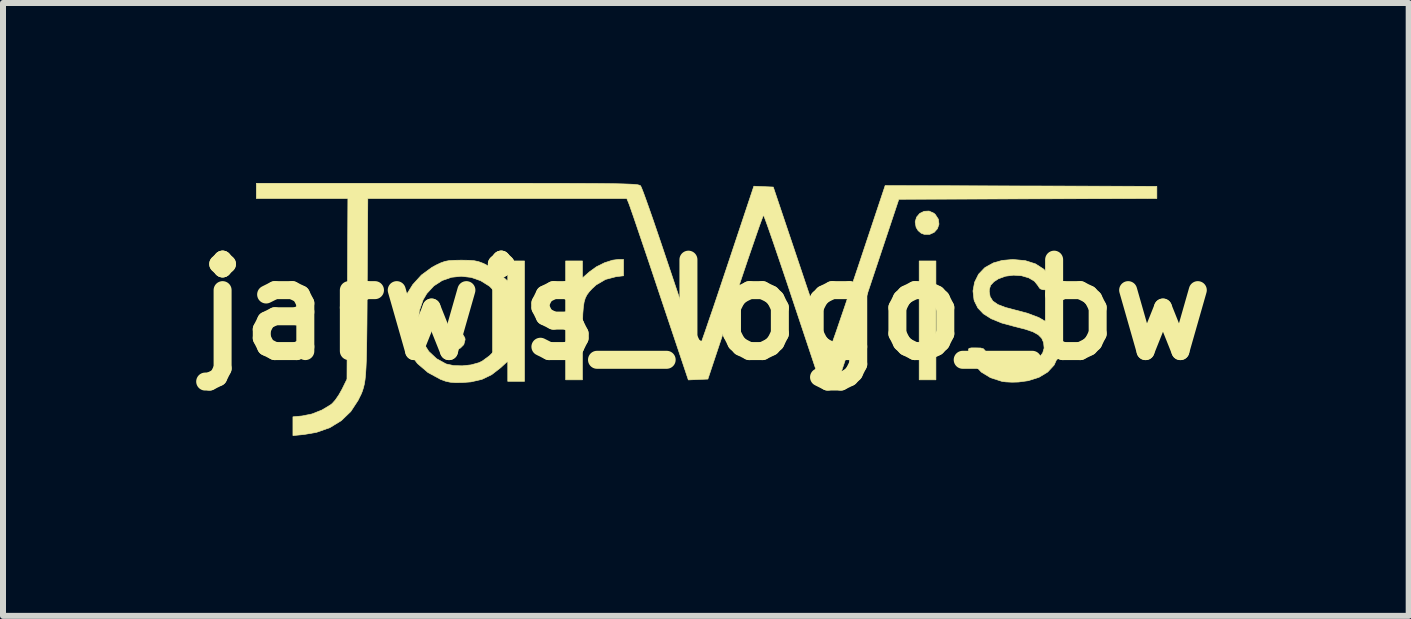
<source format=kicad_pcb>
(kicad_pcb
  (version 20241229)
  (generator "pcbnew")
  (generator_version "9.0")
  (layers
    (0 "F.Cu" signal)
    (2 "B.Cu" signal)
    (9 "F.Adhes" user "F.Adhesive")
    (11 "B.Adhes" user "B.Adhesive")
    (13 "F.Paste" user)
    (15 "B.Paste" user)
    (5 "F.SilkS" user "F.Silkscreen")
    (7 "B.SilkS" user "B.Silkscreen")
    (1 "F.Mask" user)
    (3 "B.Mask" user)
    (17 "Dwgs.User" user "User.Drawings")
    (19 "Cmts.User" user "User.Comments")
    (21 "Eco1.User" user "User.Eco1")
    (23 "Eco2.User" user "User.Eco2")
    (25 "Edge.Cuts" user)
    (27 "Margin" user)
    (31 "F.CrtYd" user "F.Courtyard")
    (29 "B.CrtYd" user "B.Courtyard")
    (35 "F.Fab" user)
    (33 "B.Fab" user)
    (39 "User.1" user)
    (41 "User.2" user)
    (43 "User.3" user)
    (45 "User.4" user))
  (footprint "jarwis_logo_bw"
    (layer "F.Cu")
    (at 8.716 2.113)
    (property "Reference" "jarwis_logo_bw" (at 0 0 0) (layer "F.SilkS") (effects (font (size 1.524 1.524) (thickness 0.3))))
    (attr through_hole)
    (fp_poly (pts (xy 3.835 1.168) (xy 3.556 1.168) (xy 3.556 -0.813) (xy 3.835 -0.813) (xy 3.835 1.168)) (stroke (width 0.01) (type solid)) (fill yes) (layer "F.SilkS"))
    (fp_poly (pts (xy -4.124 0.351) (xy -4.057 0.402) (xy -4.017 0.47) (xy -4.013 0.5) (xy -4.035 0.581) (xy -4.092 0.639) (xy -4.169 0.671) (xy -4.254 0.669) (xy -4.325 0.635) (xy -4.383 0.564) (xy -4.398 0.487) (xy -4.375 0.415) (xy -4.317 0.36) (xy -4.229 0.332) (xy -4.202 0.33) (xy -4.124 0.351)) (stroke (width 0.01) (type solid)) (fill yes) (layer "F.SilkS"))
    (fp_poly (pts (xy 3.802 -1.608) (xy 3.824 -1.589) (xy 3.876 -1.509) (xy 3.886 -1.426) (xy 3.86 -1.35) (xy 3.806 -1.29) (xy 3.731 -1.256) (xy 3.642 -1.256) (xy 3.59 -1.275) (xy 3.539 -1.318) (xy 3.505 -1.373) (xy 3.489 -1.464) (xy 3.513 -1.544) (xy 3.566 -1.606) (xy 3.639 -1.641) (xy 3.721 -1.645) (xy 3.802 -1.608)) (stroke (width 0.01) (type solid)) (fill yes) (layer "F.SilkS"))
    (fp_poly (pts (xy -1.372 -0.566) (xy -1.497 -0.551) (xy -1.673 -0.505) (xy -1.828 -0.414) (xy -1.897 -0.351) (xy -1.944 -0.3) (xy -1.981 -0.25) (xy -2.009 -0.196) (xy -2.029 -0.129) (xy -2.042 -0.043) (xy -2.051 0.068) (xy -2.055 0.212) (xy -2.057 0.395) (xy -2.057 0.545) (xy -2.057 1.168) (xy -2.337 1.168) (xy -2.337 -0.813) (xy -2.057 -0.813) (xy -2.057 -0.529) (xy -1.94 -0.632) (xy -1.824 -0.716) (xy -1.689 -0.783) (xy -1.555 -0.826) (xy -1.46 -0.838) (xy -1.372 -0.838) (xy -1.372 -0.566)) (stroke (width 0.01) (type solid)) (fill yes) (layer "F.SilkS"))
    (fp_poly (pts (xy -3.952 -0.824) (xy -3.861 -0.817) (xy -3.789 -0.802) (xy -3.719 -0.776) (xy -3.679 -0.758) (xy -3.575 -0.7) (xy -3.469 -0.626) (xy -3.418 -0.583) (xy -3.302 -0.476) (xy -3.302 -0.813) (xy -3.023 -0.813) (xy -3.023 1.194) (xy -3.302 1.194) (xy -3.302 0.857) (xy -3.418 0.964) (xy -3.571 1.083) (xy -3.733 1.161) (xy -3.917 1.203) (xy -4.051 1.213) (xy -4.173 1.215) (xy -4.263 1.208) (xy -4.34 1.191) (xy -4.421 1.161) (xy -4.422 1.161) (xy -4.633 1.046) (xy -4.807 0.897) (xy -4.945 0.713) (xy -5.043 0.5) (xy -5.084 0.345) (xy -5.095 0.198) (xy -4.795 0.198) (xy -4.773 0.378) (xy -4.713 0.546) (xy -4.618 0.695) (xy -4.489 0.816) (xy -4.331 0.903) (xy -4.324 0.905) (xy -4.204 0.931) (xy -4.06 0.935) (xy -3.913 0.919) (xy -3.783 0.883) (xy -3.729 0.857) (xy -3.606 0.767) (xy -3.49 0.65) (xy -3.401 0.526) (xy -3.388 0.503) (xy -3.362 0.428) (xy -3.342 0.322) (xy -3.333 0.225) (xy -3.329 0.115) (xy -3.335 0.035) (xy -3.355 -0.037) (xy -3.384 -0.105) (xy -3.483 -0.266) (xy -3.608 -0.393) (xy -3.754 -0.484) (xy -3.912 -0.539) (xy -4.077 -0.558) (xy -4.24 -0.541) (xy -4.395 -0.487) (xy -4.534 -0.397) (xy -4.652 -0.269) (xy -4.712 -0.167) (xy -4.775 0.014) (xy -4.795 0.198) (xy -5.095 0.198) (xy -5.099 0.148) (xy -5.067 -0.05) (xy -4.995 -0.243) (xy -4.884 -0.421) (xy -4.741 -0.578) (xy -4.568 -0.705) (xy -4.497 -0.744) (xy -4.416 -0.782) (xy -4.348 -0.806) (xy -4.278 -0.819) (xy -4.188 -0.824) (xy -4.077 -0.826) (xy -3.952 -0.824)) (stroke (width 0.01) (type solid)) (fill yes) (layer "F.SilkS"))
    (fp_poly (pts (xy 5.323 -0.819) (xy 5.494 -0.765) (xy 5.634 -0.675) (xy 5.738 -0.553) (xy 5.777 -0.477) (xy 5.807 -0.398) (xy 5.808 -0.354) (xy 5.776 -0.335) (xy 5.703 -0.33) (xy 5.694 -0.33) (xy 5.616 -0.334) (xy 5.573 -0.349) (xy 5.546 -0.384) (xy 5.542 -0.394) (xy 5.479 -0.474) (xy 5.382 -0.532) (xy 5.261 -0.567) (xy 5.129 -0.576) (xy 4.996 -0.559) (xy 4.875 -0.515) (xy 4.802 -0.467) (xy 4.747 -0.408) (xy 4.726 -0.341) (xy 4.724 -0.303) (xy 4.739 -0.216) (xy 4.784 -0.145) (xy 4.867 -0.087) (xy 4.991 -0.039) (xy 5.131 -0.002) (xy 5.365 0.06) (xy 5.552 0.131) (xy 5.694 0.214) (xy 5.796 0.311) (xy 5.86 0.425) (xy 5.89 0.558) (xy 5.892 0.617) (xy 5.87 0.781) (xy 5.805 0.923) (xy 5.699 1.038) (xy 5.554 1.126) (xy 5.375 1.183) (xy 5.213 1.205) (xy 5.105 1.208) (xy 5.002 1.203) (xy 4.938 1.195) (xy 4.745 1.133) (xy 4.591 1.039) (xy 4.475 0.913) (xy 4.399 0.757) (xy 4.385 0.705) (xy 4.377 0.664) (xy 4.387 0.644) (xy 4.427 0.636) (xy 4.502 0.636) (xy 4.581 0.638) (xy 4.627 0.651) (xy 4.655 0.682) (xy 4.674 0.718) (xy 4.739 0.803) (xy 4.843 0.87) (xy 4.974 0.916) (xy 5.121 0.937) (xy 5.274 0.931) (xy 5.371 0.912) (xy 5.47 0.868) (xy 5.555 0.8) (xy 5.615 0.72) (xy 5.639 0.64) (xy 5.639 0.639) (xy 5.63 0.548) (xy 5.599 0.476) (xy 5.541 0.417) (xy 5.45 0.367) (xy 5.319 0.323) (xy 5.156 0.282) (xy 4.934 0.222) (xy 4.759 0.151) (xy 4.627 0.068) (xy 4.534 -0.03) (xy 4.476 -0.146) (xy 4.47 -0.166) (xy 4.453 -0.313) (xy 4.48 -0.459) (xy 4.546 -0.592) (xy 4.646 -0.697) (xy 4.661 -0.708) (xy 4.794 -0.781) (xy 4.939 -0.822) (xy 5.112 -0.837) (xy 5.123 -0.837) (xy 5.323 -0.819)) (stroke (width 0.01) (type solid)) (fill yes) (layer "F.SilkS"))
    (fp_poly (pts (xy -3.841 -2.108) (xy -3.42 -2.108) (xy -3.045 -2.108) (xy -2.713 -2.107) (xy -2.421 -2.107) (xy -2.167 -2.106) (xy -1.947 -2.105) (xy -1.76 -2.104) (xy -1.603 -2.102) (xy -1.473 -2.1) (xy -1.367 -2.097) (xy -1.283 -2.094) (xy -1.218 -2.091) (xy -1.17 -2.087) (xy -1.135 -2.083) (xy -1.112 -2.077) (xy -1.097 -2.072) (xy -1.088 -2.065) (xy -1.087 -2.064) (xy -1.072 -2.032) (xy -1.042 -1.956) (xy -1 -1.841) (xy -0.947 -1.692) (xy -0.884 -1.512) (xy -0.814 -1.307) (xy -0.737 -1.08) (xy -0.655 -0.836) (xy -0.598 -0.667) (xy -0.514 -0.416) (xy -0.435 -0.181) (xy -0.362 0.035) (xy -0.296 0.228) (xy -0.239 0.392) (xy -0.193 0.524) (xy -0.158 0.62) (xy -0.137 0.674) (xy -0.131 0.686) (xy -0.12 0.662) (xy -0.095 0.595) (xy -0.056 0.488) (xy -0.006 0.346) (xy 0.053 0.172) (xy 0.122 -0.028) (xy 0.197 -0.251) (xy 0.278 -0.493) (xy 0.343 -0.687) (xy 0.8 -2.059) (xy 0.962 -2.052) (xy 1.124 -2.045) (xy 1.583 -0.679) (xy 1.667 -0.428) (xy 1.747 -0.191) (xy 1.822 0.026) (xy 1.888 0.219) (xy 1.946 0.385) (xy 1.993 0.519) (xy 2.028 0.616) (xy 2.049 0.673) (xy 2.056 0.686) (xy 2.066 0.662) (xy 2.091 0.595) (xy 2.129 0.488) (xy 2.179 0.346) (xy 2.238 0.172) (xy 2.307 -0.029) (xy 2.382 -0.252) (xy 2.463 -0.493) (xy 2.53 -0.692) (xy 2.989 -2.07) (xy 3.145 -2.069) (xy 3.195 -2.069) (xy 3.291 -2.069) (xy 3.429 -2.068) (xy 3.606 -2.068) (xy 3.818 -2.067) (xy 4.059 -2.067) (xy 4.327 -2.066) (xy 4.617 -2.065) (xy 4.925 -2.064) (xy 5.246 -2.063) (xy 5.41 -2.063) (xy 7.518 -2.057) (xy 7.518 -1.854) (xy 5.368 -1.848) (xy 3.217 -1.841) (xy 2.718 -0.343) (xy 2.218 1.156) (xy 2.055 1.163) (xy 1.892 1.17) (xy 1.435 -0.202) (xy 1.351 -0.455) (xy 1.271 -0.692) (xy 1.197 -0.91) (xy 1.131 -1.104) (xy 1.073 -1.271) (xy 1.026 -1.405) (xy 0.99 -1.504) (xy 0.968 -1.561) (xy 0.961 -1.575) (xy 0.95 -1.551) (xy 0.925 -1.484) (xy 0.886 -1.377) (xy 0.837 -1.235) (xy 0.777 -1.061) (xy 0.708 -0.861) (xy 0.633 -0.638) (xy 0.552 -0.398) (xy 0.489 -0.21) (xy 0.034 1.156) (xy -0.129 1.163) (xy -0.292 1.17) (xy -0.771 -0.26) (xy -0.858 -0.521) (xy -0.941 -0.769) (xy -1.019 -1) (xy -1.09 -1.209) (xy -1.152 -1.392) (xy -1.204 -1.545) (xy -1.245 -1.662) (xy -1.272 -1.74) (xy -1.284 -1.772) (xy -1.318 -1.854) (xy -5.635 -1.854) (xy -5.645 -0.362) (xy -5.647 -0.039) (xy -5.649 0.238) (xy -5.652 0.473) (xy -5.655 0.67) (xy -5.659 0.834) (xy -5.665 0.968) (xy -5.672 1.078) (xy -5.681 1.167) (xy -5.693 1.241) (xy -5.708 1.302) (xy -5.725 1.356) (xy -5.746 1.408) (xy -5.772 1.46) (xy -5.797 1.511) (xy -5.919 1.697) (xy -6.077 1.849) (xy -6.268 1.966) (xy -6.49 2.044) (xy -6.699 2.08) (xy -6.883 2.098) (xy -6.883 1.785) (xy -6.732 1.771) (xy -6.568 1.738) (xy -6.402 1.673) (xy -6.257 1.586) (xy -6.23 1.565) (xy -6.177 1.506) (xy -6.118 1.42) (xy -6.065 1.326) (xy -5.982 1.157) (xy -5.967 -1.854) (xy -7.493 -1.854) (xy -7.493 -2.108) (xy -4.309 -2.108) (xy -3.841 -2.108)) (stroke (width 0.01) (type solid)) (fill yes) (layer "F.SilkS")))
  (gr_rect
    (start -3 -3)
    (end 20.432 7.216)
    (stroke (width 0.1) (type default))
    (fill no)
    (layer "Edge.Cuts")))
</source>
